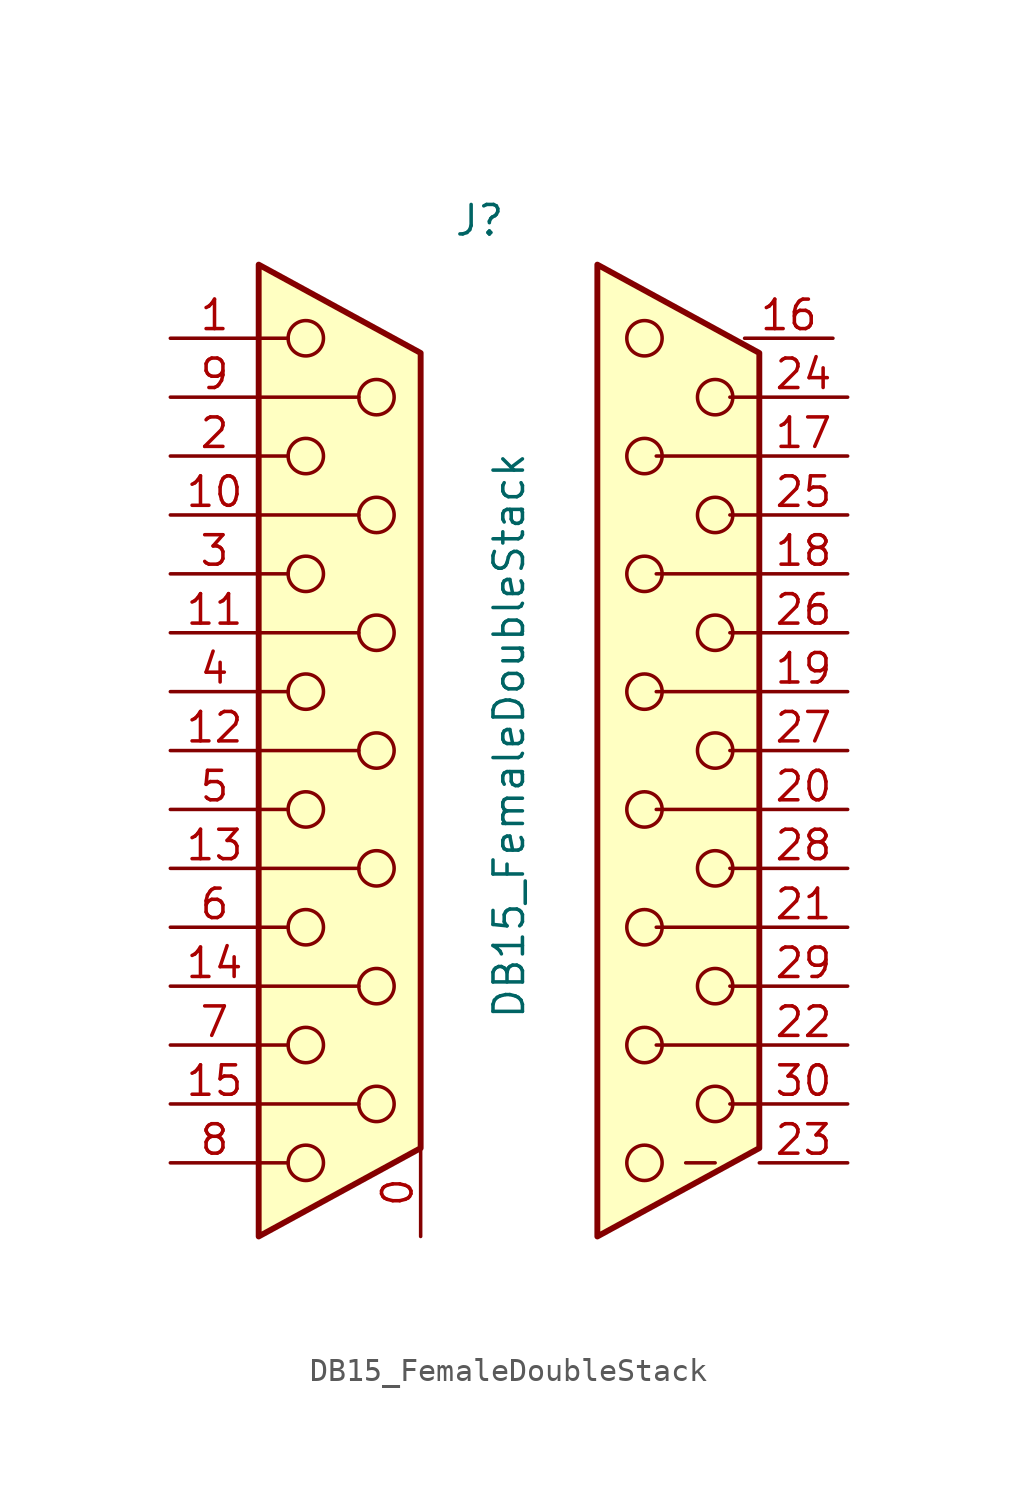
<source format=kicad_sym>
(kicad_symbol_lib
  (version 20211014)
  (generator kicad_symbol_editor)
  (symbol "DB15_FemaleDoubleStack"
    (pin_names
      (offset 1.016) hide)
    (property "Reference" "J"
      (at 5.715 22.86 0)
      (effects (font (size 1.27 1.27))))
    (property "Value" "DB15_FemaleDoubleStack"
      (at 6.985 0.635 90)
      (effects (font (size 1.27 1.27))))
    (symbol "DB15_FemaleDoubleStack_0_1"
      (circle (center -1.778 -17.78) (radius 0.762) (stroke (width 0) (type default) (color 0 0 0 0)) (fill (type none)))
      (circle (center -1.778 -12.7) (radius 0.762) (stroke (width 0) (type default) (color 0 0 0 0)) (fill (type none)))
      (circle (center -1.778 -7.62) (radius 0.762) (stroke (width 0) (type default) (color 0 0 0 0)) (fill (type none)))
      (circle (center -1.778 -2.54) (radius 0.762) (stroke (width 0) (type default) (color 0 0 0 0)) (fill (type none)))
      (circle (center -1.778 2.54) (radius 0.762) (stroke (width 0) (type default) (color 0 0 0 0)) (fill (type none)))
      (circle (center -1.778 7.62) (radius 0.762) (stroke (width 0) (type default) (color 0 0 0 0)) (fill (type none)))
      (circle (center -1.778 12.7) (radius 0.762) (stroke (width 0) (type default) (color 0 0 0 0)) (fill (type none)))
      (circle (center -1.778 17.78) (radius 0.762) (stroke (width 0) (type default) (color 0 0 0 0)) (fill (type none)))
      (polyline (pts (xy -3.81 -17.78) (xy -2.54 -17.78)) (stroke (width 0) (type default) (color 0 0 0 0)) (fill (type none)))
      (polyline (pts (xy -3.81 -15.24) (xy 0.508 -15.24)) (stroke (width 0) (type default) (color 0 0 0 0)) (fill (type none)))
      (polyline (pts (xy -3.81 -12.7) (xy -2.54 -12.7)) (stroke (width 0) (type default) (color 0 0 0 0)) (fill (type none)))
      (polyline (pts (xy -3.81 -10.16) (xy 0.508 -10.16)) (stroke (width 0) (type default) (color 0 0 0 0)) (fill (type none)))
      (polyline (pts (xy -3.81 -7.62) (xy -2.54 -7.62)) (stroke (width 0) (type default) (color 0 0 0 0)) (fill (type none)))
      (polyline (pts (xy -3.81 -5.08) (xy 0.508 -5.08)) (stroke (width 0) (type default) (color 0 0 0 0)) (fill (type none)))
      (polyline (pts (xy -3.81 -2.54) (xy -2.54 -2.54)) (stroke (width 0) (type default) (color 0 0 0 0)) (fill (type none)))
      (polyline (pts (xy -3.81 0) (xy 0.508 0)) (stroke (width 0) (type default) (color 0 0 0 0)) (fill (type none)))
      (polyline (pts (xy -3.81 2.54) (xy -2.54 2.54)) (stroke (width 0) (type default) (color 0 0 0 0)) (fill (type none)))
      (polyline (pts (xy -3.81 5.08) (xy 0.508 5.08)) (stroke (width 0) (type default) (color 0 0 0 0)) (fill (type none)))
      (polyline (pts (xy -3.81 7.62) (xy -2.54 7.62)) (stroke (width 0) (type default) (color 0 0 0 0)) (fill (type none)))
      (polyline (pts (xy -3.81 10.16) (xy 0.508 10.16)) (stroke (width 0) (type default) (color 0 0 0 0)) (fill (type none)))
      (polyline (pts (xy -3.81 12.7) (xy -2.54 12.7)) (stroke (width 0) (type default) (color 0 0 0 0)) (fill (type none)))
      (polyline (pts (xy -3.81 15.24) (xy 0.508 15.24)) (stroke (width 0) (type default) (color 0 0 0 0)) (fill (type none)))
      (polyline (pts (xy -3.81 17.78) (xy -2.54 17.78)) (stroke (width 0) (type default) (color 0 0 0 0)) (fill (type none)))
      (polyline (pts (xy -3.81 20.955) (xy 3.175 17.145) (xy 3.175 -17.145) (xy -3.81 -20.955) (xy -3.81 20.955)) (stroke (width 0.254) (type default) (color 0 0 0 0)) (fill (type background)))
      (circle (center 1.27 -15.24) (radius 0.762) (stroke (width 0) (type default) (color 0 0 0 0)) (fill (type none)))
      (circle (center 1.27 -10.16) (radius 0.762) (stroke (width 0) (type default) (color 0 0 0 0)) (fill (type none)))
      (circle (center 1.27 -5.08) (radius 0.762) (stroke (width 0) (type default) (color 0 0 0 0)) (fill (type none)))
      (circle (center 1.27 0) (radius 0.762) (stroke (width 0) (type default) (color 0 0 0 0)) (fill (type none)))
      (circle (center 1.27 5.08) (radius 0.762) (stroke (width 0) (type default) (color 0 0 0 0)) (fill (type none)))
      (circle (center 1.27 10.16) (radius 0.762) (stroke (width 0) (type default) (color 0 0 0 0)) (fill (type none)))
      (circle (center 1.27 15.24) (radius 0.762) (stroke (width 0) (type default) (color 0 0 0 0)) (fill (type none))))
    (symbol "DB15_FemaleDoubleStack_1_1"
      (polyline (pts (xy 13.335 -12.7) (xy 17.653 -12.7)) (stroke (width 0) (type default) (color 0 0 0 0)) (fill (type none)))
      (polyline (pts (xy 13.335 -7.62) (xy 17.653 -7.62)) (stroke (width 0) (type default) (color 0 0 0 0)) (fill (type none)))
      (polyline (pts (xy 13.335 -2.54) (xy 17.653 -2.54)) (stroke (width 0) (type default) (color 0 0 0 0)) (fill (type none)))
      (polyline (pts (xy 13.335 2.54) (xy 17.653 2.54)) (stroke (width 0) (type default) (color 0 0 0 0)) (fill (type none)))
      (polyline (pts (xy 13.335 7.62) (xy 17.653 7.62)) (stroke (width 0) (type default) (color 0 0 0 0)) (fill (type none)))
      (polyline (pts (xy 13.335 12.7) (xy 17.653 12.7)) (stroke (width 0) (type default) (color 0 0 0 0)) (fill (type none)))
      (polyline (pts (xy 14.605 -17.78) (xy 15.875 -17.78)) (stroke (width 0) (type default) (color 0 0 0 0)) (fill (type none)))
      (polyline (pts (xy 16.51 -15.24) (xy 17.78 -15.24)) (stroke (width 0) (type default) (color 0 0 0 0)) (fill (type none)))
      (polyline (pts (xy 16.51 -10.16) (xy 17.78 -10.16)) (stroke (width 0) (type default) (color 0 0 0 0)) (fill (type none)))
      (polyline (pts (xy 16.51 -5.08) (xy 17.78 -5.08)) (stroke (width 0) (type default) (color 0 0 0 0)) (fill (type none)))
      (polyline (pts (xy 16.51 0) (xy 17.78 0)) (stroke (width 0) (type default) (color 0 0 0 0)) (fill (type none)))
      (polyline (pts (xy 16.51 5.08) (xy 17.78 5.08)) (stroke (width 0) (type default) (color 0 0 0 0)) (fill (type none)))
      (polyline (pts (xy 16.51 10.16) (xy 17.78 10.16)) (stroke (width 0) (type default) (color 0 0 0 0)) (fill (type none)))
      (polyline (pts (xy 16.51 15.24) (xy 17.78 15.24)) (stroke (width 0) (type default) (color 0 0 0 0)) (fill (type none)))
      (polyline (pts (xy 10.795 20.955) (xy 17.78 17.145) (xy 17.78 -17.145) (xy 10.795 -20.955) (xy 10.795 20.955)) (stroke (width 0.254) (type default) (color 0 0 0 0)) (fill (type background)))
      (circle (center 12.827 -17.78) (radius 0.762) (stroke (width 0) (type default) (color 0 0 0 0)) (fill (type none)))
      (circle (center 12.827 -12.7) (radius 0.762) (stroke (width 0) (type default) (color 0 0 0 0)) (fill (type none)))
      (circle (center 12.827 -7.62) (radius 0.762) (stroke (width 0) (type default) (color 0 0 0 0)) (fill (type none)))
      (circle (center 12.827 -2.54) (radius 0.762) (stroke (width 0) (type default) (color 0 0 0 0)) (fill (type none)))
      (circle (center 12.827 2.54) (radius 0.762) (stroke (width 0) (type default) (color 0 0 0 0)) (fill (type none)))
      (circle (center 12.827 7.62) (radius 0.762) (stroke (width 0) (type default) (color 0 0 0 0)) (fill (type none)))
      (circle (center 12.827 12.7) (radius 0.762) (stroke (width 0) (type default) (color 0 0 0 0)) (fill (type none)))
      (circle (center 12.827 17.78) (radius 0.762) (stroke (width 0) (type default) (color 0 0 0 0)) (fill (type none)))
      (circle (center 15.875 -15.24) (radius 0.762) (stroke (width 0) (type default) (color 0 0 0 0)) (fill (type none)))
      (circle (center 15.875 -10.16) (radius 0.762) (stroke (width 0) (type default) (color 0 0 0 0)) (fill (type none)))
      (circle (center 15.875 -5.08) (radius 0.762) (stroke (width 0) (type default) (color 0 0 0 0)) (fill (type none)))
      (circle (center 15.875 0) (radius 0.762) (stroke (width 0) (type default) (color 0 0 0 0)) (fill (type none)))
      (circle (center 15.875 5.08) (radius 0.762) (stroke (width 0) (type default) (color 0 0 0 0)) (fill (type none)))
      (circle (center 15.875 10.16) (radius 0.762) (stroke (width 0) (type default) (color 0 0 0 0)) (fill (type none)))
      (circle (center 15.875 15.24) (radius 0.762) (stroke (width 0) (type default) (color 0 0 0 0)) (fill (type none)))
      (pin bidirectional line (at 3.175 -20.955 90) (length 3.81) (name "ground" (effects (font (size 0.762 0.762)))) (number "0" (effects (font (size 1.27 1.27)))))
      (pin passive line (at -7.62 17.78 0) (length 3.81) (name "1T" (effects (font (size 1.27 1.27)))) (number "1" (effects (font (size 1.27 1.27)))))
      (pin passive line (at -7.62 10.16 0) (length 3.81) (name "10T" (effects (font (size 1.27 1.27)))) (number "10" (effects (font (size 1.27 1.27)))))
      (pin passive line (at -7.62 5.08 0) (length 3.81) (name "11T" (effects (font (size 1.27 1.27)))) (number "11" (effects (font (size 1.27 1.27)))))
      (pin passive line (at -7.62 0 0) (length 3.81) (name "12T" (effects (font (size 1.27 1.27)))) (number "12" (effects (font (size 1.27 1.27)))))
      (pin passive line (at -7.62 -5.08 0) (length 3.81) (name "13T" (effects (font (size 1.27 1.27)))) (number "13" (effects (font (size 1.27 1.27)))))
      (pin passive line (at -7.62 -10.16 0) (length 3.81) (name "14T" (effects (font (size 1.27 1.27)))) (number "14" (effects (font (size 1.27 1.27)))))
      (pin passive line (at -7.62 -15.24 0) (length 3.81) (name "15T" (effects (font (size 1.27 1.27)))) (number "15" (effects (font (size 1.27 1.27)))))
      (pin passive line (at 20.955 17.78 180) (length 3.81) (name "1B" (effects (font (size 1.27 1.27)))) (number "16" (effects (font (size 1.27 1.27)))))
      (pin passive line (at 21.59 12.7 180) (length 3.81) (name "2B" (effects (font (size 1.27 1.27)))) (number "17" (effects (font (size 1.27 1.27)))))
      (pin passive line (at 21.59 7.62 180) (length 3.81) (name "3B" (effects (font (size 1.27 1.27)))) (number "18" (effects (font (size 1.27 1.27)))))
      (pin passive line (at 21.59 2.54 180) (length 3.81) (name "4B" (effects (font (size 1.27 1.27)))) (number "19" (effects (font (size 1.27 1.27)))))
      (pin passive line (at -7.62 12.7 0) (length 3.81) (name "2T" (effects (font (size 1.27 1.27)))) (number "2" (effects (font (size 1.27 1.27)))))
      (pin passive line (at 21.59 -2.54 180) (length 3.81) (name "5B" (effects (font (size 1.27 1.27)))) (number "20" (effects (font (size 1.27 1.27)))))
      (pin passive line (at 21.59 -7.62 180) (length 3.81) (name "6B" (effects (font (size 1.27 1.27)))) (number "21" (effects (font (size 1.27 1.27)))))
      (pin passive line (at 21.59 -12.7 180) (length 3.81) (name "7B" (effects (font (size 1.27 1.27)))) (number "22" (effects (font (size 1.27 1.27)))))
      (pin passive line (at 21.59 -17.78 180) (length 3.81) (name "8B" (effects (font (size 1.27 1.27)))) (number "23" (effects (font (size 1.27 1.27)))))
      (pin passive line (at 21.59 15.24 180) (length 3.81) (name "9B" (effects (font (size 1.27 1.27)))) (number "24" (effects (font (size 1.27 1.27)))))
      (pin passive line (at 21.59 10.16 180) (length 3.81) (name "10B" (effects (font (size 1.27 1.27)))) (number "25" (effects (font (size 1.27 1.27)))))
      (pin passive line (at 21.59 5.08 180) (length 3.81) (name "11B" (effects (font (size 1.27 1.27)))) (number "26" (effects (font (size 1.27 1.27)))))
      (pin passive line (at 21.59 0 180) (length 3.81) (name "12B" (effects (font (size 1.27 1.27)))) (number "27" (effects (font (size 1.27 1.27)))))
      (pin passive line (at 21.59 -5.08 180) (length 3.81) (name "13B" (effects (font (size 1.27 1.27)))) (number "28" (effects (font (size 1.27 1.27)))))
      (pin passive line (at 21.59 -10.16 180) (length 3.81) (name "14B" (effects (font (size 1.27 1.27)))) (number "29" (effects (font (size 1.27 1.27)))))
      (pin passive line (at -7.62 7.62 0) (length 3.81) (name "3T" (effects (font (size 1.27 1.27)))) (number "3" (effects (font (size 1.27 1.27)))))
      (pin passive line (at 21.59 -15.24 180) (length 3.81) (name "15B" (effects (font (size 1.27 1.27)))) (number "30" (effects (font (size 1.27 1.27)))))
      (pin passive line (at -7.62 2.54 0) (length 3.81) (name "4T" (effects (font (size 1.27 1.27)))) (number "4" (effects (font (size 1.27 1.27)))))
      (pin passive line (at -7.62 -2.54 0) (length 3.81) (name "5T" (effects (font (size 1.27 1.27)))) (number "5" (effects (font (size 1.27 1.27)))))
      (pin passive line (at -7.62 -7.62 0) (length 3.81) (name "6T" (effects (font (size 1.27 1.27)))) (number "6" (effects (font (size 1.27 1.27)))))
      (pin passive line (at -7.62 -12.7 0) (length 3.81) (name "7T" (effects (font (size 1.27 1.27)))) (number "7" (effects (font (size 1.27 1.27)))))
      (pin passive line (at -7.62 -17.78 0) (length 3.81) (name "8T" (effects (font (size 1.27 1.27)))) (number "8" (effects (font (size 1.27 1.27)))))
      (pin passive line (at -7.62 15.24 0) (length 3.81) (name "9T" (effects (font (size 1.27 1.27)))) (number "9" (effects (font (size 1.27 1.27))))))))
</source>
